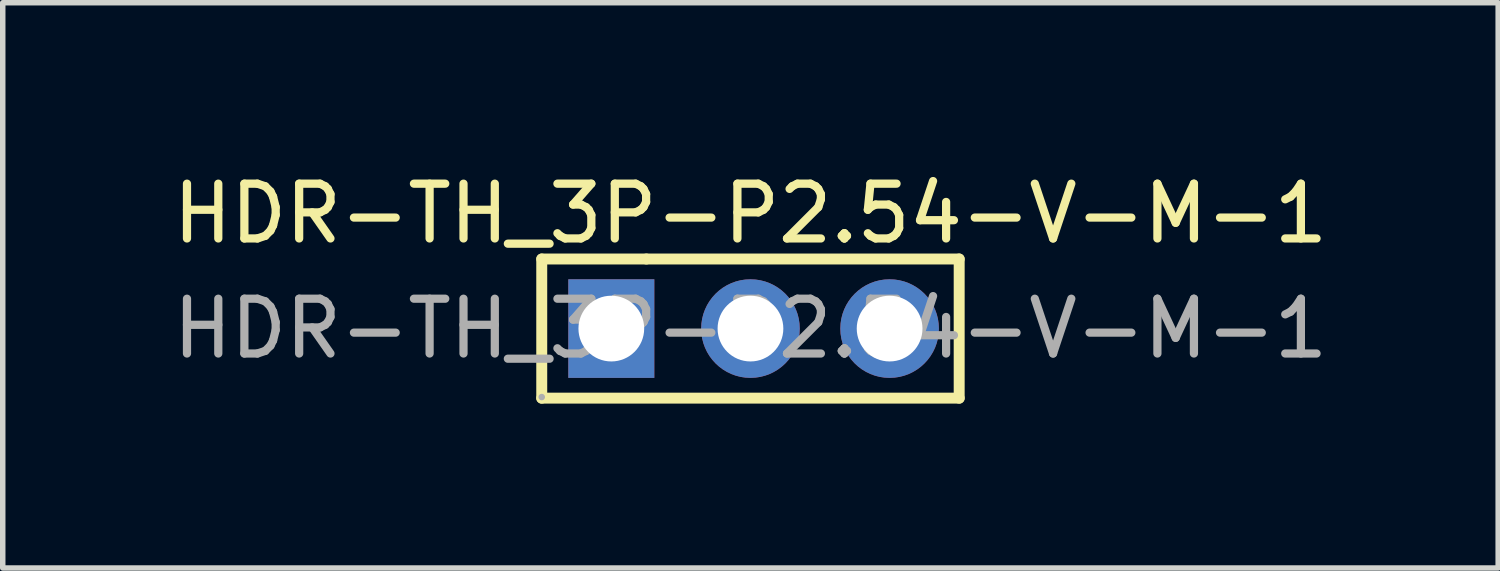
<source format=kicad_pcb>
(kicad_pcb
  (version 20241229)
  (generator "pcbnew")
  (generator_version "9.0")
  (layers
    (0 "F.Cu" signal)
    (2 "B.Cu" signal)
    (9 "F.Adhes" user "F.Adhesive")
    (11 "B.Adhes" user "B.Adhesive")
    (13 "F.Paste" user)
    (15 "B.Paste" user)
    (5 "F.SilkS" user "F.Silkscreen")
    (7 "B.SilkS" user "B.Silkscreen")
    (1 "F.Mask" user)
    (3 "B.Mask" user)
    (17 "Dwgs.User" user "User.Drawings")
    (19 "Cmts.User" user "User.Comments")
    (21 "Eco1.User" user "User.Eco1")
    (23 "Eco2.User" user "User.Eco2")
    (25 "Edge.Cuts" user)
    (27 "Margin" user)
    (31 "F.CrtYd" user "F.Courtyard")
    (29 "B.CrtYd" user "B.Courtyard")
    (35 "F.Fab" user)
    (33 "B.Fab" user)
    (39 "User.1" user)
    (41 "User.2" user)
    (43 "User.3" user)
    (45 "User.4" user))
  (footprint "HDR-TH_3P-P2.54-V-M-1"
    (layer "F.Cu")
    (at 10.649 2.948)
    (property "Reference" "HDR-TH_3P-P2.54-V-M-1" (at 0 -2.1 0) (layer "F.SilkS") (effects (font (size 1 1) (thickness 0.15))))
    (attr through_hole)
    (fp_line (start -3.81 -1.27) (end -3.81 1.27) (stroke (width 0.2) (type solid)) (layer "F.SilkS"))
    (fp_line (start -3.81 1.27) (end 3.81 1.27) (stroke (width 0.2) (type solid)) (layer "F.SilkS"))
    (fp_line (start -1.9 -1.27) (end -3.81 -1.27) (stroke (width 0.2) (type solid)) (layer "F.SilkS"))
    (fp_line (start 3.81 -1.27) (end -1.9 -1.27) (stroke (width 0.2) (type solid)) (layer "F.SilkS"))
    (fp_line (start 3.81 1.27) (end 3.81 -1.27) (stroke (width 0.2) (type solid)) (layer "F.SilkS"))
    (fp_circle (center -3.81 1.25) (end -3.78 1.25) (stroke (width 0.06) (type solid)) (fill no) (layer "F.Fab"))
    (fp_text user "${REFERENCE}" (at 0 0 0) (layer "F.Fab") (effects (font (size 1 1) (thickness 0.15))))
    (pad "1" thru_hole rect (at -2.54 0) (size 1.57 1.8) (drill 1.2) (layers "*.Cu" "*.Mask"))
    (pad "2" thru_hole circle (at 0 0) (size 1.8 1.8) (drill 1.2) (layers "*.Cu" "*.Mask"))
    (pad "3" thru_hole circle (at 2.54 0) (size 1.8 1.8) (drill 1.2) (layers "*.Cu" "*.Mask")))
  (gr_rect
    (start -3 -3)
    (end 24.298 7.318)
    (stroke (width 0.1) (type default))
    (fill no)
    (layer "Edge.Cuts")))
</source>
